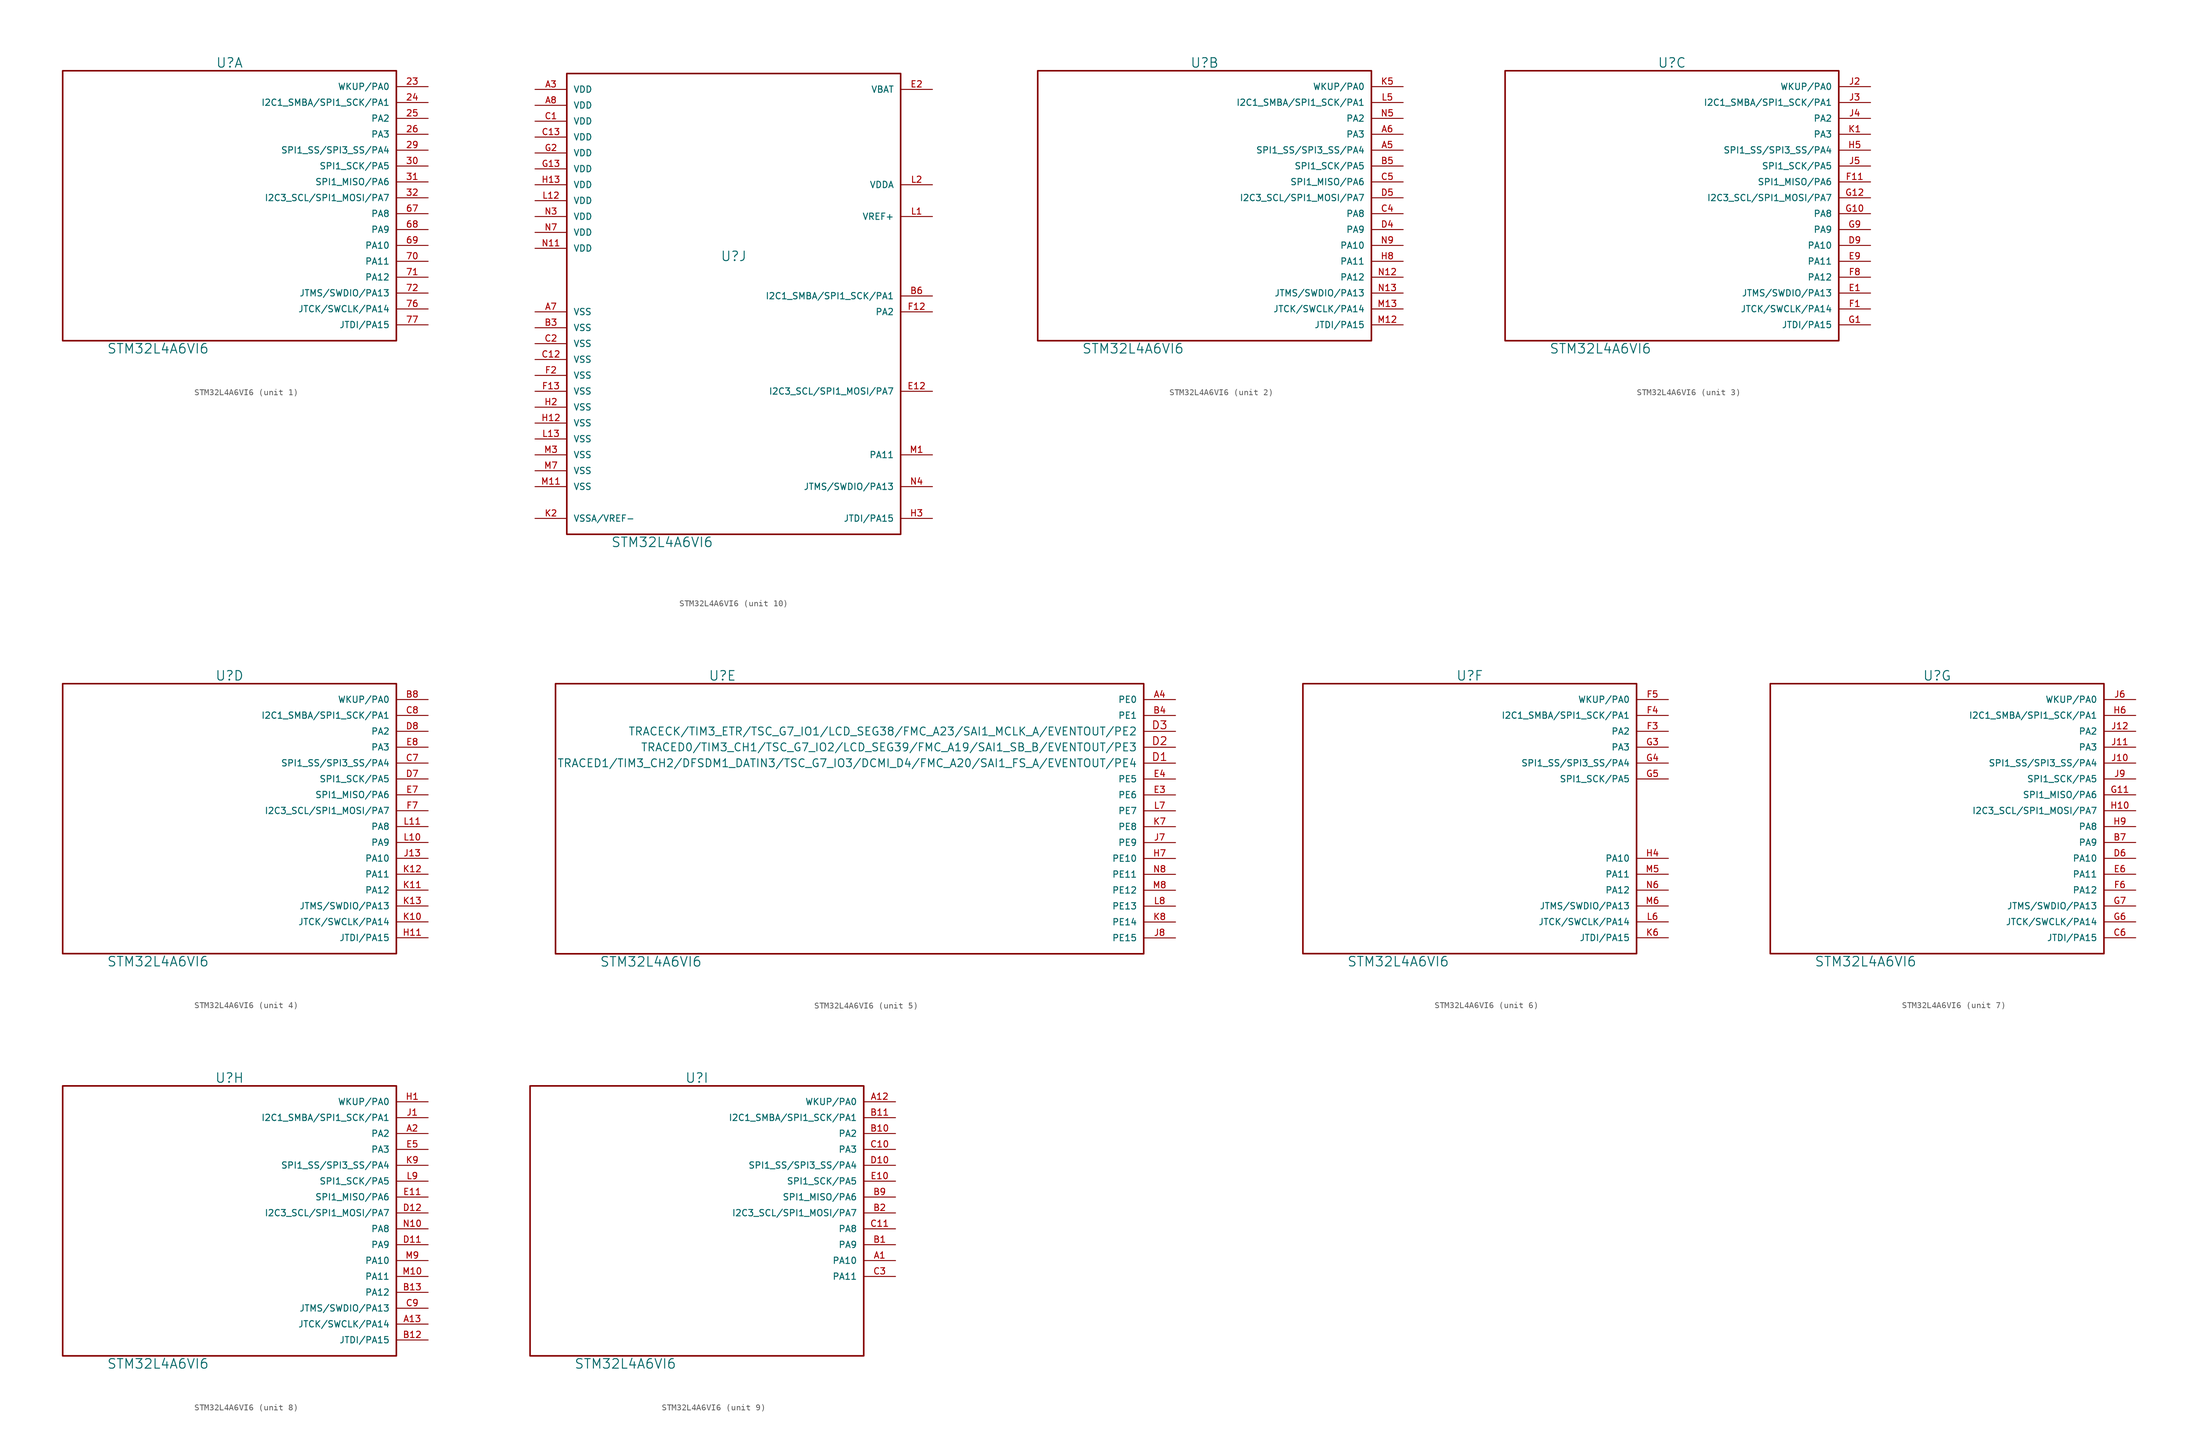
<source format=kicad_sym>
(kicad_symbol_lib
  (version 20220914)
  (generator kicad_symbol_editor)
  (symbol "STM32L4A6VI6"
    (pin_names
      (offset 1.016))
    (property "Reference" "U"
      (at 26.67 44.45 0)
      (effects (font (size 1.524 1.524))))
    (property "Value" "STM32L4A6VI6"
      (at 15.24 -1.27 0)
      (effects (font (size 1.524 1.524))))
    (property "ki_locked" ""
      (at 0 0 0)
      (effects (font (size 1.27 1.27))))
    (symbol "STM32L4A6VI6_1_1"
      (rectangle (start 0 43.18) (end 53.34 0) (stroke (width 0.254) (type solid)) (fill (type none)))
      (pin bidirectional line (at 58.42 40.64 180) (length 5.08) (name "WKUP/PA0" (effects (font (size 1.016 1.016)))) (number "23" (effects (font (size 1.016 1.016)))))
      (pin bidirectional line (at 58.42 38.1 180) (length 5.08) (name "I2C1_SMBA/SPI1_SCK/PA1" (effects (font (size 1.016 1.016)))) (number "24" (effects (font (size 1.016 1.016)))))
      (pin bidirectional line (at 58.42 35.56 180) (length 5.08) (name "PA2" (effects (font (size 1.016 1.016)))) (number "25" (effects (font (size 1.016 1.016)))))
      (pin bidirectional line (at 58.42 33.02 180) (length 5.08) (name "PA3" (effects (font (size 1.016 1.016)))) (number "26" (effects (font (size 1.016 1.016)))))
      (pin bidirectional line (at 58.42 30.48 180) (length 5.08) (name "SPI1_SS/SPI3_SS/PA4" (effects (font (size 1.016 1.016)))) (number "29" (effects (font (size 1.016 1.016)))))
      (pin bidirectional line (at 58.42 27.94 180) (length 5.08) (name "SPI1_SCK/PA5" (effects (font (size 1.016 1.016)))) (number "30" (effects (font (size 1.016 1.016)))))
      (pin bidirectional line (at 58.42 25.4 180) (length 5.08) (name "SPI1_MISO/PA6" (effects (font (size 1.016 1.016)))) (number "31" (effects (font (size 1.016 1.016)))))
      (pin bidirectional line (at 58.42 22.86 180) (length 5.08) (name "I2C3_SCL/SPI1_MOSI/PA7" (effects (font (size 1.016 1.016)))) (number "32" (effects (font (size 1.016 1.016)))))
      (pin bidirectional line (at 58.42 20.32 180) (length 5.08) (name "PA8" (effects (font (size 1.016 1.016)))) (number "67" (effects (font (size 1.016 1.016)))))
      (pin bidirectional line (at 58.42 17.78 180) (length 5.08) (name "PA9" (effects (font (size 1.016 1.016)))) (number "68" (effects (font (size 1.016 1.016)))))
      (pin bidirectional line (at 58.42 15.24 180) (length 5.08) (name "PA10" (effects (font (size 1.016 1.016)))) (number "69" (effects (font (size 1.016 1.016)))))
      (pin bidirectional line (at 58.42 12.7 180) (length 5.08) (name "PA11" (effects (font (size 1.016 1.016)))) (number "70" (effects (font (size 1.016 1.016)))))
      (pin bidirectional line (at 58.42 10.16 180) (length 5.08) (name "PA12" (effects (font (size 1.016 1.016)))) (number "71" (effects (font (size 1.016 1.016)))))
      (pin bidirectional line (at 58.42 7.62 180) (length 5.08) (name "JTMS/SWDIO/PA13" (effects (font (size 1.016 1.016)))) (number "72" (effects (font (size 1.016 1.016)))))
      (pin bidirectional line (at 58.42 5.08 180) (length 5.08) (name "JTCK/SWCLK/PA14" (effects (font (size 1.016 1.016)))) (number "76" (effects (font (size 1.016 1.016)))))
      (pin bidirectional line (at 58.42 2.54 180) (length 5.08) (name "JTDI/PA15" (effects (font (size 1.016 1.016)))) (number "77" (effects (font (size 1.016 1.016))))))
    (symbol "STM32L4A6VI6_2_1"
      (rectangle (start 53.34 0) (end 0 43.18) (stroke (width 0.254) (type solid)) (fill (type none)))
      (pin bidirectional line (at 58.42 30.48 180) (length 5.08) (name "SPI1_SS/SPI3_SS/PA4" (effects (font (size 1.016 1.016)))) (number "A5" (effects (font (size 1.016 1.016)))))
      (pin bidirectional line (at 58.42 33.02 180) (length 5.08) (name "PA3" (effects (font (size 1.016 1.016)))) (number "A6" (effects (font (size 1.016 1.016)))))
      (pin bidirectional line (at 58.42 27.94 180) (length 5.08) (name "SPI1_SCK/PA5" (effects (font (size 1.016 1.016)))) (number "B5" (effects (font (size 1.016 1.016)))))
      (pin bidirectional line (at 58.42 20.32 180) (length 5.08) (name "PA8" (effects (font (size 1.016 1.016)))) (number "C4" (effects (font (size 1.016 1.016)))))
      (pin bidirectional line (at 58.42 25.4 180) (length 5.08) (name "SPI1_MISO/PA6" (effects (font (size 1.016 1.016)))) (number "C5" (effects (font (size 1.016 1.016)))))
      (pin bidirectional line (at 58.42 17.78 180) (length 5.08) (name "PA9" (effects (font (size 1.016 1.016)))) (number "D4" (effects (font (size 1.016 1.016)))))
      (pin bidirectional line (at 58.42 22.86 180) (length 5.08) (name "I2C3_SCL/SPI1_MOSI/PA7" (effects (font (size 1.016 1.016)))) (number "D5" (effects (font (size 1.016 1.016)))))
      (pin bidirectional line (at 58.42 12.7 180) (length 5.08) (name "PA11" (effects (font (size 1.016 1.016)))) (number "H8" (effects (font (size 1.016 1.016)))))
      (pin bidirectional line (at 58.42 40.64 180) (length 5.08) (name "WKUP/PA0" (effects (font (size 1.016 1.016)))) (number "K5" (effects (font (size 1.016 1.016)))))
      (pin bidirectional line (at 58.42 38.1 180) (length 5.08) (name "I2C1_SMBA/SPI1_SCK/PA1" (effects (font (size 1.016 1.016)))) (number "L5" (effects (font (size 1.016 1.016)))))
      (pin bidirectional line (at 58.42 2.54 180) (length 5.08) (name "JTDI/PA15" (effects (font (size 1.016 1.016)))) (number "M12" (effects (font (size 1.016 1.016)))))
      (pin bidirectional line (at 58.42 5.08 180) (length 5.08) (name "JTCK/SWCLK/PA14" (effects (font (size 1.016 1.016)))) (number "M13" (effects (font (size 1.016 1.016)))))
      (pin bidirectional line (at 58.42 10.16 180) (length 5.08) (name "PA12" (effects (font (size 1.016 1.016)))) (number "N12" (effects (font (size 1.016 1.016)))))
      (pin bidirectional line (at 58.42 7.62 180) (length 5.08) (name "JTMS/SWDIO/PA13" (effects (font (size 1.016 1.016)))) (number "N13" (effects (font (size 1.016 1.016)))))
      (pin bidirectional line (at 58.42 35.56 180) (length 5.08) (name "PA2" (effects (font (size 1.016 1.016)))) (number "N5" (effects (font (size 1.016 1.016)))))
      (pin bidirectional line (at 58.42 15.24 180) (length 5.08) (name "PA10" (effects (font (size 1.016 1.016)))) (number "N9" (effects (font (size 1.016 1.016))))))
    (symbol "STM32L4A6VI6_3_1"
      (rectangle (start 53.34 0) (end 0 43.18) (stroke (width 0.254) (type solid)) (fill (type none)))
      (pin bidirectional line (at 58.42 15.24 180) (length 5.08) (name "PA10" (effects (font (size 1.016 1.016)))) (number "D9" (effects (font (size 1.016 1.016)))))
      (pin bidirectional line (at 58.42 7.62 180) (length 5.08) (name "JTMS/SWDIO/PA13" (effects (font (size 1.016 1.016)))) (number "E1" (effects (font (size 1.016 1.016)))))
      (pin bidirectional line (at 58.42 12.7 180) (length 5.08) (name "PA11" (effects (font (size 1.016 1.016)))) (number "E9" (effects (font (size 1.016 1.016)))))
      (pin bidirectional line (at 58.42 5.08 180) (length 5.08) (name "JTCK/SWCLK/PA14" (effects (font (size 1.016 1.016)))) (number "F1" (effects (font (size 1.016 1.016)))))
      (pin bidirectional line (at 58.42 25.4 180) (length 5.08) (name "SPI1_MISO/PA6" (effects (font (size 1.016 1.016)))) (number "F11" (effects (font (size 1.016 1.016)))))
      (pin bidirectional line (at 58.42 10.16 180) (length 5.08) (name "PA12" (effects (font (size 1.016 1.016)))) (number "F8" (effects (font (size 1.016 1.016)))))
      (pin bidirectional line (at 58.42 2.54 180) (length 5.08) (name "JTDI/PA15" (effects (font (size 1.016 1.016)))) (number "G1" (effects (font (size 1.016 1.016)))))
      (pin bidirectional line (at 58.42 20.32 180) (length 5.08) (name "PA8" (effects (font (size 1.016 1.016)))) (number "G10" (effects (font (size 1.016 1.016)))))
      (pin bidirectional line (at 58.42 22.86 180) (length 5.08) (name "I2C3_SCL/SPI1_MOSI/PA7" (effects (font (size 1.016 1.016)))) (number "G12" (effects (font (size 1.016 1.016)))))
      (pin bidirectional line (at 58.42 17.78 180) (length 5.08) (name "PA9" (effects (font (size 1.016 1.016)))) (number "G9" (effects (font (size 1.016 1.016)))))
      (pin bidirectional line (at 58.42 30.48 180) (length 5.08) (name "SPI1_SS/SPI3_SS/PA4" (effects (font (size 1.016 1.016)))) (number "H5" (effects (font (size 1.016 1.016)))))
      (pin bidirectional line (at 58.42 40.64 180) (length 5.08) (name "WKUP/PA0" (effects (font (size 1.016 1.016)))) (number "J2" (effects (font (size 1.016 1.016)))))
      (pin bidirectional line (at 58.42 38.1 180) (length 5.08) (name "I2C1_SMBA/SPI1_SCK/PA1" (effects (font (size 1.016 1.016)))) (number "J3" (effects (font (size 1.016 1.016)))))
      (pin bidirectional line (at 58.42 35.56 180) (length 5.08) (name "PA2" (effects (font (size 1.016 1.016)))) (number "J4" (effects (font (size 1.016 1.016)))))
      (pin bidirectional line (at 58.42 27.94 180) (length 5.08) (name "SPI1_SCK/PA5" (effects (font (size 1.016 1.016)))) (number "J5" (effects (font (size 1.016 1.016)))))
      (pin bidirectional line (at 58.42 33.02 180) (length 5.08) (name "PA3" (effects (font (size 1.016 1.016)))) (number "K1" (effects (font (size 1.016 1.016))))))
    (symbol "STM32L4A6VI6_4_1"
      (rectangle (start 53.34 0) (end 0 43.18) (stroke (width 0.254) (type solid)) (fill (type none)))
      (pin bidirectional line (at 58.42 40.64 180) (length 5.08) (name "WKUP/PA0" (effects (font (size 1.016 1.016)))) (number "B8" (effects (font (size 1.016 1.016)))))
      (pin bidirectional line (at 58.42 30.48 180) (length 5.08) (name "SPI1_SS/SPI3_SS/PA4" (effects (font (size 1.016 1.016)))) (number "C7" (effects (font (size 1.016 1.016)))))
      (pin bidirectional line (at 58.42 38.1 180) (length 5.08) (name "I2C1_SMBA/SPI1_SCK/PA1" (effects (font (size 1.016 1.016)))) (number "C8" (effects (font (size 1.016 1.016)))))
      (pin bidirectional line (at 58.42 27.94 180) (length 5.08) (name "SPI1_SCK/PA5" (effects (font (size 1.016 1.016)))) (number "D7" (effects (font (size 1.016 1.016)))))
      (pin bidirectional line (at 58.42 35.56 180) (length 5.08) (name "PA2" (effects (font (size 1.016 1.016)))) (number "D8" (effects (font (size 1.016 1.016)))))
      (pin bidirectional line (at 58.42 25.4 180) (length 5.08) (name "SPI1_MISO/PA6" (effects (font (size 1.016 1.016)))) (number "E7" (effects (font (size 1.016 1.016)))))
      (pin bidirectional line (at 58.42 33.02 180) (length 5.08) (name "PA3" (effects (font (size 1.016 1.016)))) (number "E8" (effects (font (size 1.016 1.016)))))
      (pin bidirectional line (at 58.42 22.86 180) (length 5.08) (name "I2C3_SCL/SPI1_MOSI/PA7" (effects (font (size 1.016 1.016)))) (number "F7" (effects (font (size 1.016 1.016)))))
      (pin bidirectional line (at 58.42 2.54 180) (length 5.08) (name "JTDI/PA15" (effects (font (size 1.016 1.016)))) (number "H11" (effects (font (size 1.016 1.016)))))
      (pin bidirectional line (at 58.42 15.24 180) (length 5.08) (name "PA10" (effects (font (size 1.016 1.016)))) (number "J13" (effects (font (size 1.016 1.016)))))
      (pin bidirectional line (at 58.42 5.08 180) (length 5.08) (name "JTCK/SWCLK/PA14" (effects (font (size 1.016 1.016)))) (number "K10" (effects (font (size 1.016 1.016)))))
      (pin bidirectional line (at 58.42 10.16 180) (length 5.08) (name "PA12" (effects (font (size 1.016 1.016)))) (number "K11" (effects (font (size 1.016 1.016)))))
      (pin bidirectional line (at 58.42 12.7 180) (length 5.08) (name "PA11" (effects (font (size 1.016 1.016)))) (number "K12" (effects (font (size 1.016 1.016)))))
      (pin bidirectional line (at 58.42 7.62 180) (length 5.08) (name "JTMS/SWDIO/PA13" (effects (font (size 1.016 1.016)))) (number "K13" (effects (font (size 1.016 1.016)))))
      (pin bidirectional line (at 58.42 17.78 180) (length 5.08) (name "PA9" (effects (font (size 1.016 1.016)))) (number "L10" (effects (font (size 1.016 1.016)))))
      (pin bidirectional line (at 58.42 20.32 180) (length 5.08) (name "PA8" (effects (font (size 1.016 1.016)))) (number "L11" (effects (font (size 1.016 1.016))))))
    (symbol "STM32L4A6VI6_5_1"
      (rectangle (start 0 43.18) (end 93.98 0) (stroke (width 0.254) (type solid)) (fill (type none)))
      (pin bidirectional line (at 99.06 40.64 180) (length 5.08) (name "PE0" (effects (font (size 1.016 1.016)))) (number "A4" (effects (font (size 1.016 1.016)))))
      (pin bidirectional line (at 99.06 38.1 180) (length 5.08) (name "PE1" (effects (font (size 1.016 1.016)))) (number "B4" (effects (font (size 1.016 1.016)))))
      (pin bidirectional line (at 99.06 30.48 180) (length 5.08) (name "TRACED1/TIM3_CH2/DFSDM1_DATIN3/TSC_G7_IO3/DCMI_D4/FMC_A20/SAI1_FS_A/EVENTOUT/PE4" (effects (font (size 1.27 1.27)))) (number "D1" (effects (font (size 1.27 1.27)))))
      (pin bidirectional line (at 99.06 33.02 180) (length 5.08) (name "TRACED0/TIM3_CH1/TSC_G7_IO2/LCD_SEG39/FMC_A19/SAI1_SB_B/EVENTOUT/PE3" (effects (font (size 1.27 1.27)))) (number "D2" (effects (font (size 1.27 1.27)))))
      (pin bidirectional line (at 99.06 35.56 180) (length 5.08) (name "TRACECK/TIM3_ETR/TSC_G7_IO1/LCD_SEG38/FMC_A23/SAI1_MCLK_A/EVENTOUT/PE2" (effects (font (size 1.27 1.27)))) (number "D3" (effects (font (size 1.27 1.27)))))
      (pin bidirectional line (at 99.06 25.4 180) (length 5.08) (name "PE6" (effects (font (size 1.016 1.016)))) (number "E3" (effects (font (size 1.016 1.016)))))
      (pin bidirectional line (at 99.06 27.94 180) (length 5.08) (name "PE5" (effects (font (size 1.016 1.016)))) (number "E4" (effects (font (size 1.016 1.016)))))
      (pin bidirectional line (at 99.06 15.24 180) (length 5.08) (name "PE10" (effects (font (size 1.016 1.016)))) (number "H7" (effects (font (size 1.016 1.016)))))
      (pin bidirectional line (at 99.06 17.78 180) (length 5.08) (name "PE9" (effects (font (size 1.016 1.016)))) (number "J7" (effects (font (size 1.016 1.016)))))
      (pin bidirectional line (at 99.06 2.54 180) (length 5.08) (name "PE15" (effects (font (size 1.016 1.016)))) (number "J8" (effects (font (size 1.016 1.016)))))
      (pin bidirectional line (at 99.06 20.32 180) (length 5.08) (name "PE8" (effects (font (size 1.016 1.016)))) (number "K7" (effects (font (size 1.016 1.016)))))
      (pin bidirectional line (at 99.06 5.08 180) (length 5.08) (name "PE14" (effects (font (size 1.016 1.016)))) (number "K8" (effects (font (size 1.016 1.016)))))
      (pin bidirectional line (at 99.06 22.86 180) (length 5.08) (name "PE7" (effects (font (size 1.016 1.016)))) (number "L7" (effects (font (size 1.016 1.016)))))
      (pin bidirectional line (at 99.06 7.62 180) (length 5.08) (name "PE13" (effects (font (size 1.016 1.016)))) (number "L8" (effects (font (size 1.016 1.016)))))
      (pin bidirectional line (at 99.06 10.16 180) (length 5.08) (name "PE12" (effects (font (size 1.016 1.016)))) (number "M8" (effects (font (size 1.016 1.016)))))
      (pin bidirectional line (at 99.06 12.7 180) (length 5.08) (name "PE11" (effects (font (size 1.016 1.016)))) (number "N8" (effects (font (size 1.016 1.016))))))
    (symbol "STM32L4A6VI6_6_1"
      (rectangle (start 0 43.18) (end 53.34 0) (stroke (width 0.254) (type solid)) (fill (type none)))
      (pin bidirectional line (at 58.42 35.56 180) (length 5.08) (name "PA2" (effects (font (size 1.016 1.016)))) (number "F3" (effects (font (size 1.016 1.016)))))
      (pin bidirectional line (at 58.42 38.1 180) (length 5.08) (name "I2C1_SMBA/SPI1_SCK/PA1" (effects (font (size 1.016 1.016)))) (number "F4" (effects (font (size 1.016 1.016)))))
      (pin bidirectional line (at 58.42 40.64 180) (length 5.08) (name "WKUP/PA0" (effects (font (size 1.016 1.016)))) (number "F5" (effects (font (size 1.016 1.016)))))
      (pin bidirectional line (at 58.42 33.02 180) (length 5.08) (name "PA3" (effects (font (size 1.016 1.016)))) (number "G3" (effects (font (size 1.016 1.016)))))
      (pin bidirectional line (at 58.42 30.48 180) (length 5.08) (name "SPI1_SS/SPI3_SS/PA4" (effects (font (size 1.016 1.016)))) (number "G4" (effects (font (size 1.016 1.016)))))
      (pin bidirectional line (at 58.42 27.94 180) (length 5.08) (name "SPI1_SCK/PA5" (effects (font (size 1.016 1.016)))) (number "G5" (effects (font (size 1.016 1.016)))))
      (pin bidirectional line (at 58.42 15.24 180) (length 5.08) (name "PA10" (effects (font (size 1.016 1.016)))) (number "H4" (effects (font (size 1.016 1.016)))))
      (pin bidirectional line (at 58.42 2.54 180) (length 5.08) (name "JTDI/PA15" (effects (font (size 1.016 1.016)))) (number "K6" (effects (font (size 1.016 1.016)))))
      (pin bidirectional line (at 58.42 5.08 180) (length 5.08) (name "JTCK/SWCLK/PA14" (effects (font (size 1.016 1.016)))) (number "L6" (effects (font (size 1.016 1.016)))))
      (pin bidirectional line (at 58.42 12.7 180) (length 5.08) (name "PA11" (effects (font (size 1.016 1.016)))) (number "M5" (effects (font (size 1.016 1.016)))))
      (pin bidirectional line (at 58.42 7.62 180) (length 5.08) (name "JTMS/SWDIO/PA13" (effects (font (size 1.016 1.016)))) (number "M6" (effects (font (size 1.016 1.016)))))
      (pin bidirectional line (at 58.42 10.16 180) (length 5.08) (name "PA12" (effects (font (size 1.016 1.016)))) (number "N6" (effects (font (size 1.016 1.016))))))
    (symbol "STM32L4A6VI6_7_1"
      (rectangle (start 0 43.18) (end 53.34 0) (stroke (width 0.254) (type solid)) (fill (type none)))
      (pin bidirectional line (at 58.42 17.78 180) (length 5.08) (name "PA9" (effects (font (size 1.016 1.016)))) (number "B7" (effects (font (size 1.016 1.016)))))
      (pin bidirectional line (at 58.42 2.54 180) (length 5.08) (name "JTDI/PA15" (effects (font (size 1.016 1.016)))) (number "C6" (effects (font (size 1.016 1.016)))))
      (pin bidirectional line (at 58.42 15.24 180) (length 5.08) (name "PA10" (effects (font (size 1.016 1.016)))) (number "D6" (effects (font (size 1.016 1.016)))))
      (pin bidirectional line (at 58.42 12.7 180) (length 5.08) (name "PA11" (effects (font (size 1.016 1.016)))) (number "E6" (effects (font (size 1.016 1.016)))))
      (pin bidirectional line (at 58.42 10.16 180) (length 5.08) (name "PA12" (effects (font (size 1.016 1.016)))) (number "F6" (effects (font (size 1.016 1.016)))))
      (pin bidirectional line (at 58.42 25.4 180) (length 5.08) (name "SPI1_MISO/PA6" (effects (font (size 1.016 1.016)))) (number "G11" (effects (font (size 1.016 1.016)))))
      (pin bidirectional line (at 58.42 5.08 180) (length 5.08) (name "JTCK/SWCLK/PA14" (effects (font (size 1.016 1.016)))) (number "G6" (effects (font (size 1.016 1.016)))))
      (pin bidirectional line (at 58.42 7.62 180) (length 5.08) (name "JTMS/SWDIO/PA13" (effects (font (size 1.016 1.016)))) (number "G7" (effects (font (size 1.016 1.016)))))
      (pin bidirectional line (at 58.42 22.86 180) (length 5.08) (name "I2C3_SCL/SPI1_MOSI/PA7" (effects (font (size 1.016 1.016)))) (number "H10" (effects (font (size 1.016 1.016)))))
      (pin bidirectional line (at 58.42 38.1 180) (length 5.08) (name "I2C1_SMBA/SPI1_SCK/PA1" (effects (font (size 1.016 1.016)))) (number "H6" (effects (font (size 1.016 1.016)))))
      (pin bidirectional line (at 58.42 20.32 180) (length 5.08) (name "PA8" (effects (font (size 1.016 1.016)))) (number "H9" (effects (font (size 1.016 1.016)))))
      (pin bidirectional line (at 58.42 30.48 180) (length 5.08) (name "SPI1_SS/SPI3_SS/PA4" (effects (font (size 1.016 1.016)))) (number "J10" (effects (font (size 1.016 1.016)))))
      (pin bidirectional line (at 58.42 33.02 180) (length 5.08) (name "PA3" (effects (font (size 1.016 1.016)))) (number "J11" (effects (font (size 1.016 1.016)))))
      (pin bidirectional line (at 58.42 35.56 180) (length 5.08) (name "PA2" (effects (font (size 1.016 1.016)))) (number "J12" (effects (font (size 1.016 1.016)))))
      (pin bidirectional line (at 58.42 40.64 180) (length 5.08) (name "WKUP/PA0" (effects (font (size 1.016 1.016)))) (number "J6" (effects (font (size 1.016 1.016)))))
      (pin bidirectional line (at 58.42 27.94 180) (length 5.08) (name "SPI1_SCK/PA5" (effects (font (size 1.016 1.016)))) (number "J9" (effects (font (size 1.016 1.016))))))
    (symbol "STM32L4A6VI6_8_1"
      (rectangle (start 0 43.18) (end 53.34 0) (stroke (width 0.254) (type solid)) (fill (type none)))
      (pin bidirectional line (at 58.42 5.08 180) (length 5.08) (name "JTCK/SWCLK/PA14" (effects (font (size 1.016 1.016)))) (number "A13" (effects (font (size 1.016 1.016)))))
      (pin bidirectional line (at 58.42 35.56 180) (length 5.08) (name "PA2" (effects (font (size 1.016 1.016)))) (number "A2" (effects (font (size 1.016 1.016)))))
      (pin bidirectional line (at 58.42 2.54 180) (length 5.08) (name "JTDI/PA15" (effects (font (size 1.016 1.016)))) (number "B12" (effects (font (size 1.016 1.016)))))
      (pin bidirectional line (at 58.42 10.16 180) (length 5.08) (name "PA12" (effects (font (size 1.016 1.016)))) (number "B13" (effects (font (size 1.016 1.016)))))
      (pin bidirectional line (at 58.42 7.62 180) (length 5.08) (name "JTMS/SWDIO/PA13" (effects (font (size 1.016 1.016)))) (number "C9" (effects (font (size 1.016 1.016)))))
      (pin bidirectional line (at 58.42 17.78 180) (length 5.08) (name "PA9" (effects (font (size 1.016 1.016)))) (number "D11" (effects (font (size 1.016 1.016)))))
      (pin bidirectional line (at 58.42 22.86 180) (length 5.08) (name "I2C3_SCL/SPI1_MOSI/PA7" (effects (font (size 1.016 1.016)))) (number "D12" (effects (font (size 1.016 1.016)))))
      (pin bidirectional line (at 58.42 25.4 180) (length 5.08) (name "SPI1_MISO/PA6" (effects (font (size 1.016 1.016)))) (number "E11" (effects (font (size 1.016 1.016)))))
      (pin bidirectional line (at 58.42 33.02 180) (length 5.08) (name "PA3" (effects (font (size 1.016 1.016)))) (number "E5" (effects (font (size 1.016 1.016)))))
      (pin bidirectional line (at 58.42 40.64 180) (length 5.08) (name "WKUP/PA0" (effects (font (size 1.016 1.016)))) (number "H1" (effects (font (size 1.016 1.016)))))
      (pin bidirectional line (at 58.42 38.1 180) (length 5.08) (name "I2C1_SMBA/SPI1_SCK/PA1" (effects (font (size 1.016 1.016)))) (number "J1" (effects (font (size 1.016 1.016)))))
      (pin bidirectional line (at 58.42 30.48 180) (length 5.08) (name "SPI1_SS/SPI3_SS/PA4" (effects (font (size 1.016 1.016)))) (number "K9" (effects (font (size 1.016 1.016)))))
      (pin bidirectional line (at 58.42 27.94 180) (length 5.08) (name "SPI1_SCK/PA5" (effects (font (size 1.016 1.016)))) (number "L9" (effects (font (size 1.016 1.016)))))
      (pin bidirectional line (at 58.42 12.7 180) (length 5.08) (name "PA11" (effects (font (size 1.016 1.016)))) (number "M10" (effects (font (size 1.016 1.016)))))
      (pin bidirectional line (at 58.42 15.24 180) (length 5.08) (name "PA10" (effects (font (size 1.016 1.016)))) (number "M9" (effects (font (size 1.016 1.016)))))
      (pin bidirectional line (at 58.42 20.32 180) (length 5.08) (name "PA8" (effects (font (size 1.016 1.016)))) (number "N10" (effects (font (size 1.016 1.016))))))
    (symbol "STM32L4A6VI6_9_1"
      (rectangle (start 0 43.18) (end 53.34 0) (stroke (width 0.254) (type solid)) (fill (type none)))
      (pin bidirectional line (at 58.42 15.24 180) (length 5.08) (name "PA10" (effects (font (size 1.016 1.016)))) (number "A1" (effects (font (size 1.016 1.016)))))
      (pin bidirectional line (at 58.42 40.64 180) (length 5.08) (name "WKUP/PA0" (effects (font (size 1.016 1.016)))) (number "A12" (effects (font (size 1.016 1.016)))))
      (pin bidirectional line (at 58.42 17.78 180) (length 5.08) (name "PA9" (effects (font (size 1.016 1.016)))) (number "B1" (effects (font (size 1.016 1.016)))))
      (pin bidirectional line (at 58.42 35.56 180) (length 5.08) (name "PA2" (effects (font (size 1.016 1.016)))) (number "B10" (effects (font (size 1.016 1.016)))))
      (pin bidirectional line (at 58.42 38.1 180) (length 5.08) (name "I2C1_SMBA/SPI1_SCK/PA1" (effects (font (size 1.016 1.016)))) (number "B11" (effects (font (size 1.016 1.016)))))
      (pin bidirectional line (at 58.42 22.86 180) (length 5.08) (name "I2C3_SCL/SPI1_MOSI/PA7" (effects (font (size 1.016 1.016)))) (number "B2" (effects (font (size 1.016 1.016)))))
      (pin bidirectional line (at 58.42 25.4 180) (length 5.08) (name "SPI1_MISO/PA6" (effects (font (size 1.016 1.016)))) (number "B9" (effects (font (size 1.016 1.016)))))
      (pin bidirectional line (at 58.42 33.02 180) (length 5.08) (name "PA3" (effects (font (size 1.016 1.016)))) (number "C10" (effects (font (size 1.016 1.016)))))
      (pin bidirectional line (at 58.42 20.32 180) (length 5.08) (name "PA8" (effects (font (size 1.016 1.016)))) (number "C11" (effects (font (size 1.016 1.016)))))
      (pin bidirectional line (at 58.42 12.7 180) (length 5.08) (name "PA11" (effects (font (size 1.016 1.016)))) (number "C3" (effects (font (size 1.016 1.016)))))
      (pin bidirectional line (at 58.42 30.48 180) (length 5.08) (name "SPI1_SS/SPI3_SS/PA4" (effects (font (size 1.016 1.016)))) (number "D10" (effects (font (size 1.016 1.016)))))
      (pin bidirectional line (at 58.42 27.94 180) (length 5.08) (name "SPI1_SCK/PA5" (effects (font (size 1.016 1.016)))) (number "E10" (effects (font (size 1.016 1.016))))))
    (symbol "STM32L4A6VI6_10_1"
      (rectangle (start 0 73.66) (end 53.34 0) (stroke (width 0.254) (type solid)) (fill (type none)))
      (pin power_in line (at -5.08 71.12 0) (length 5.08) (name "VDD" (effects (font (size 1.016 1.016)))) (number "A3" (effects (font (size 0.991 0.991)))))
      (pin power_in line (at -5.08 35.56 0) (length 5.08) (name "VSS" (effects (font (size 1.016 1.016)))) (number "A7" (effects (font (size 1.016 1.016)))))
      (pin power_in line (at -5.08 68.58 0) (length 5.08) (name "VDD" (effects (font (size 1.016 1.016)))) (number "A8" (effects (font (size 0.991 0.991)))))
      (pin power_in line (at -5.08 33.02 0) (length 5.08) (name "VSS" (effects (font (size 1.016 1.016)))) (number "B3" (effects (font (size 1.016 1.016)))))
      (pin bidirectional line (at 58.42 38.1 180) (length 5.08) (name "I2C1_SMBA/SPI1_SCK/PA1" (effects (font (size 1.016 1.016)))) (number "B6" (effects (font (size 1.016 1.016)))))
      (pin power_in line (at -5.08 66.04 0) (length 5.08) (name "VDD" (effects (font (size 1.016 1.016)))) (number "C1" (effects (font (size 0.991 0.991)))))
      (pin power_in line (at -5.08 27.94 0) (length 5.08) (name "VSS" (effects (font (size 1.016 1.016)))) (number "C12" (effects (font (size 1.016 1.016)))))
      (pin power_in line (at -5.08 63.5 0) (length 5.08) (name "VDD" (effects (font (size 1.016 1.016)))) (number "C13" (effects (font (size 0.991 0.991)))))
      (pin power_in line (at -5.08 30.48 0) (length 5.08) (name "VSS" (effects (font (size 1.016 1.016)))) (number "C2" (effects (font (size 1.016 1.016)))))
      (pin bidirectional line (at 58.42 22.86 180) (length 5.08) (name "I2C3_SCL/SPI1_MOSI/PA7" (effects (font (size 1.016 1.016)))) (number "E12" (effects (font (size 1.016 1.016)))))
      (pin power_in line (at 58.42 71.12 180) (length 5.08) (name "VBAT" (effects (font (size 1.016 1.016)))) (number "E2" (effects (font (size 1.016 1.016)))))
      (pin bidirectional line (at 58.42 35.56 180) (length 5.08) (name "PA2" (effects (font (size 1.016 1.016)))) (number "F12" (effects (font (size 1.016 1.016)))))
      (pin power_in line (at -5.08 22.86 0) (length 5.08) (name "VSS" (effects (font (size 1.016 1.016)))) (number "F13" (effects (font (size 1.016 1.016)))))
      (pin power_in line (at -5.08 25.4 0) (length 5.08) (name "VSS" (effects (font (size 1.016 1.016)))) (number "F2" (effects (font (size 1.016 1.016)))))
      (pin power_in line (at -5.08 58.42 0) (length 5.08) (name "VDD" (effects (font (size 1.016 1.016)))) (number "G13" (effects (font (size 0.991 0.991)))))
      (pin power_in line (at -5.08 60.96 0) (length 5.08) (name "VDD" (effects (font (size 1.016 1.016)))) (number "G2" (effects (font (size 0.991 0.991)))))
      (pin power_in line (at -5.08 17.78 0) (length 5.08) (name "VSS" (effects (font (size 1.016 1.016)))) (number "H12" (effects (font (size 1.016 1.016)))))
      (pin power_in line (at -5.08 55.88 0) (length 5.08) (name "VDD" (effects (font (size 1.016 1.016)))) (number "H13" (effects (font (size 0.991 0.991)))))
      (pin power_in line (at -5.08 20.32 0) (length 5.08) (name "VSS" (effects (font (size 1.016 1.016)))) (number "H2" (effects (font (size 1.016 1.016)))))
      (pin bidirectional line (at 58.42 2.54 180) (length 5.08) (name "JTDI/PA15" (effects (font (size 1.016 1.016)))) (number "H3" (effects (font (size 1.016 1.016)))))
      (pin power_in line (at -5.08 2.54 0) (length 5.08) (name "VSSA/VREF-" (effects (font (size 1.016 1.016)))) (number "K2" (effects (font (size 0.991 0.991)))))
      (pin power_in line (at 58.42 50.8 180) (length 5.08) (name "VREF+" (effects (font (size 1.016 1.016)))) (number "L1" (effects (font (size 0.991 0.991)))))
      (pin power_in line (at -5.08 53.34 0) (length 5.08) (name "VDD" (effects (font (size 1.016 1.016)))) (number "L12" (effects (font (size 0.991 0.991)))))
      (pin power_in line (at -5.08 15.24 0) (length 5.08) (name "VSS" (effects (font (size 1.016 1.016)))) (number "L13" (effects (font (size 1.016 1.016)))))
      (pin power_in line (at 58.42 55.88 180) (length 5.08) (name "VDDA" (effects (font (size 1.016 1.016)))) (number "L2" (effects (font (size 0.991 0.991)))))
      (pin bidirectional line (at 58.42 12.7 180) (length 5.08) (name "PA11" (effects (font (size 1.016 1.016)))) (number "M1" (effects (font (size 1.016 1.016)))))
      (pin power_in line (at -5.08 7.62 0) (length 5.08) (name "VSS" (effects (font (size 1.016 1.016)))) (number "M11" (effects (font (size 1.016 1.016)))))
      (pin power_in line (at -5.08 12.7 0) (length 5.08) (name "VSS" (effects (font (size 1.016 1.016)))) (number "M3" (effects (font (size 1.016 1.016)))))
      (pin power_in line (at -5.08 10.16 0) (length 5.08) (name "VSS" (effects (font (size 1.016 1.016)))) (number "M7" (effects (font (size 1.016 1.016)))))
      (pin power_in line (at -5.08 45.72 0) (length 5.08) (name "VDD" (effects (font (size 1.016 1.016)))) (number "N11" (effects (font (size 0.991 0.991)))))
      (pin power_in line (at -5.08 50.8 0) (length 5.08) (name "VDD" (effects (font (size 1.016 1.016)))) (number "N3" (effects (font (size 0.991 0.991)))))
      (pin bidirectional line (at 58.42 7.62 180) (length 5.08) (name "JTMS/SWDIO/PA13" (effects (font (size 1.016 1.016)))) (number "N4" (effects (font (size 1.016 1.016)))))
      (pin power_in line (at -5.08 48.26 0) (length 5.08) (name "VDD" (effects (font (size 1.016 1.016)))) (number "N7" (effects (font (size 0.991 0.991))))))))
</source>
